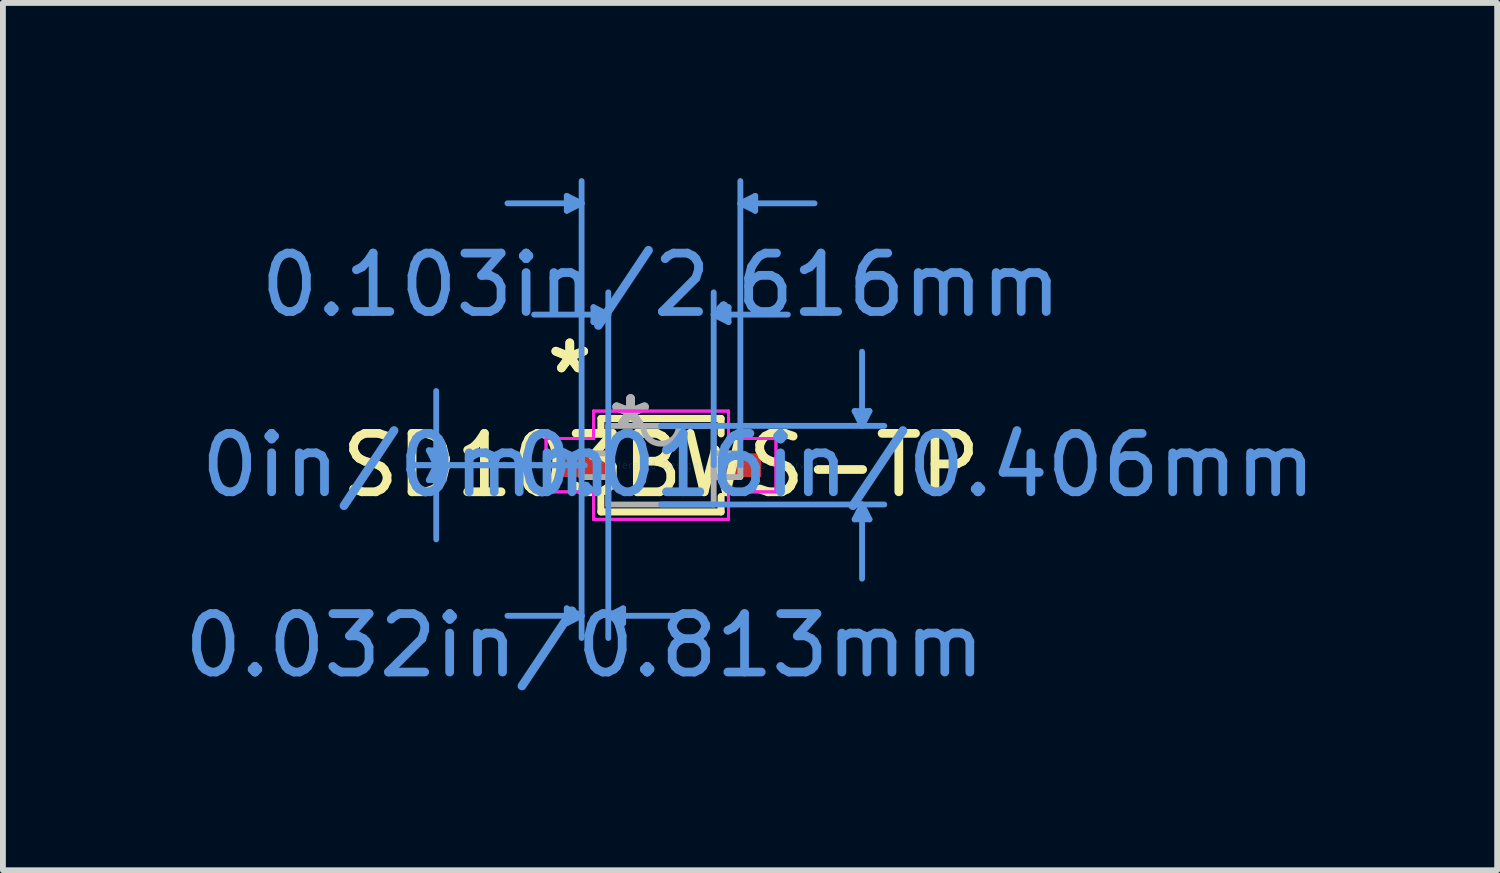
<source format=kicad_pcb>
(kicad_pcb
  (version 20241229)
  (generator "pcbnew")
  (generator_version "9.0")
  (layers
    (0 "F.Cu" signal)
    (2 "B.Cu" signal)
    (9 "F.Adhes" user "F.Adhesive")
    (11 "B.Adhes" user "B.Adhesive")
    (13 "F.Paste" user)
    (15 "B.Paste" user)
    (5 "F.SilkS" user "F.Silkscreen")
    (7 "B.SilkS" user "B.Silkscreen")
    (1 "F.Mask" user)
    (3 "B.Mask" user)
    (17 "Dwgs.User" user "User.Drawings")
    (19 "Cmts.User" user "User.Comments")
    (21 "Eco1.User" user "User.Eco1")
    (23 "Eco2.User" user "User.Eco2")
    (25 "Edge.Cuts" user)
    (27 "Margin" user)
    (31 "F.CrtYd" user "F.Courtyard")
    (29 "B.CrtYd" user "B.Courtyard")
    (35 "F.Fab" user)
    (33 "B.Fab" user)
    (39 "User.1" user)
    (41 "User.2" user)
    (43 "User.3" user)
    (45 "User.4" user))
  (footprint "SD103BWS-TP"
    (layer "F.Cu")
    (at 8.266 4.914)
    (property "Reference" "SD103BWS-TP" (at 0 0 0) (layer "F.SilkS") (effects (font (size 1 1) (thickness 0.15))))
    (attr through_hole)
    (fp_line (start -1.029 -0.8) (end -1.029 -0.536) (stroke (width 0.12) (type solid)) (layer "F.SilkS"))
    (fp_line (start -1.029 0.536) (end -1.029 0.8) (stroke (width 0.12) (type solid)) (layer "F.SilkS"))
    (fp_line (start -1.029 0.8) (end 1.029 0.8) (stroke (width 0.12) (type solid)) (layer "F.SilkS"))
    (fp_line (start 1.029 -0.8) (end -1.029 -0.8) (stroke (width 0.12) (type solid)) (layer "F.SilkS"))
    (fp_line (start 1.029 -0.536) (end 1.029 -0.8) (stroke (width 0.12) (type solid)) (layer "F.SilkS"))
    (fp_line (start 1.029 0.8) (end 1.029 0.536) (stroke (width 0.12) (type solid)) (layer "F.SilkS"))
    (fp_line (start -3.975 -0.254) (end -3.721 -0.254) (stroke (width 0.1) (type solid)) (layer "Cmts.User"))
    (fp_line (start -3.975 0.254) (end -3.721 0.254) (stroke (width 0.1) (type solid)) (layer "Cmts.User"))
    (fp_line (start -3.848 0) (end -3.975 -0.254) (stroke (width 0.1) (type solid)) (layer "Cmts.User"))
    (fp_line (start -3.848 0) (end -3.975 0.254) (stroke (width 0.1) (type solid)) (layer "Cmts.User"))
    (fp_line (start -3.848 0) (end -3.848 -1.27) (stroke (width 0.1) (type solid)) (layer "Cmts.User"))
    (fp_line (start -3.848 0) (end -3.848 1.27) (stroke (width 0.1) (type solid)) (layer "Cmts.User"))
    (fp_line (start -3.848 0) (end -3.721 -0.254) (stroke (width 0.1) (type solid)) (layer "Cmts.User"))
    (fp_line (start -3.848 0) (end -3.721 0.254) (stroke (width 0.1) (type solid)) (layer "Cmts.User"))
    (fp_line (start -1.613 -4.61) (end -1.613 -4.356) (stroke (width 0.1) (type solid)) (layer "Cmts.User"))
    (fp_line (start -1.613 2.451) (end -1.613 2.705) (stroke (width 0.1) (type solid)) (layer "Cmts.User"))
    (fp_line (start -1.359 -4.483) (end -2.629 -4.483) (stroke (width 0.1) (type solid)) (layer "Cmts.User"))
    (fp_line (start -1.359 -4.483) (end -1.613 -4.61) (stroke (width 0.1) (type solid)) (layer "Cmts.User"))
    (fp_line (start -1.359 -4.483) (end -1.613 -4.356) (stroke (width 0.1) (type solid)) (layer "Cmts.User"))
    (fp_line (start -1.359 0) (end -1.359 -4.864) (stroke (width 0.1) (type solid)) (layer "Cmts.User"))
    (fp_line (start -1.359 0) (end -1.359 2.959) (stroke (width 0.1) (type solid)) (layer "Cmts.User"))
    (fp_line (start -1.359 2.578) (end -2.629 2.578) (stroke (width 0.1) (type solid)) (layer "Cmts.User"))
    (fp_line (start -1.359 2.578) (end -1.613 2.451) (stroke (width 0.1) (type solid)) (layer "Cmts.User"))
    (fp_line (start -1.359 2.578) (end -1.613 2.705) (stroke (width 0.1) (type solid)) (layer "Cmts.User"))
    (fp_line (start -1.308 0) (end -4.229 0) (stroke (width 0.1) (type solid)) (layer "Cmts.User"))
    (fp_line (start -1.308 0) (end -4.229 0) (stroke (width 0.1) (type solid)) (layer "Cmts.User"))
    (fp_line (start -1.156 -2.705) (end -1.156 -2.451) (stroke (width 0.1) (type solid)) (layer "Cmts.User"))
    (fp_line (start -0.902 -2.578) (end -2.172 -2.578) (stroke (width 0.1) (type solid)) (layer "Cmts.User"))
    (fp_line (start -0.902 -2.578) (end -1.156 -2.705) (stroke (width 0.1) (type solid)) (layer "Cmts.User"))
    (fp_line (start -0.902 -2.578) (end -1.156 -2.451) (stroke (width 0.1) (type solid)) (layer "Cmts.User"))
    (fp_line (start -0.902 0) (end -0.902 -2.959) (stroke (width 0.1) (type solid)) (layer "Cmts.User"))
    (fp_line (start -0.902 0) (end -0.902 2.959) (stroke (width 0.1) (type solid)) (layer "Cmts.User"))
    (fp_line (start -0.902 2.578) (end -0.648 2.451) (stroke (width 0.1) (type solid)) (layer "Cmts.User"))
    (fp_line (start -0.902 2.578) (end -0.648 2.705) (stroke (width 0.1) (type solid)) (layer "Cmts.User"))
    (fp_line (start -0.902 2.578) (end 0.368 2.578) (stroke (width 0.1) (type solid)) (layer "Cmts.User"))
    (fp_line (start -0.648 2.451) (end -0.648 2.705) (stroke (width 0.1) (type solid)) (layer "Cmts.User"))
    (fp_line (start 0 -0.673) (end 3.823 -0.673) (stroke (width 0.1) (type solid)) (layer "Cmts.User"))
    (fp_line (start 0 0.673) (end 3.823 0.673) (stroke (width 0.1) (type solid)) (layer "Cmts.User"))
    (fp_line (start 0.902 -2.578) (end 1.156 -2.705) (stroke (width 0.1) (type solid)) (layer "Cmts.User"))
    (fp_line (start 0.902 -2.578) (end 1.156 -2.451) (stroke (width 0.1) (type solid)) (layer "Cmts.User"))
    (fp_line (start 0.902 -2.578) (end 2.172 -2.578) (stroke (width 0.1) (type solid)) (layer "Cmts.User"))
    (fp_line (start 0.902 0) (end 0.902 -2.959) (stroke (width 0.1) (type solid)) (layer "Cmts.User"))
    (fp_line (start 1.156 -2.705) (end 1.156 -2.451) (stroke (width 0.1) (type solid)) (layer "Cmts.User"))
    (fp_line (start 1.359 -4.483) (end 1.613 -4.61) (stroke (width 0.1) (type solid)) (layer "Cmts.User"))
    (fp_line (start 1.359 -4.483) (end 1.613 -4.356) (stroke (width 0.1) (type solid)) (layer "Cmts.User"))
    (fp_line (start 1.359 -4.483) (end 2.629 -4.483) (stroke (width 0.1) (type solid)) (layer "Cmts.User"))
    (fp_line (start 1.359 0) (end 1.359 -4.864) (stroke (width 0.1) (type solid)) (layer "Cmts.User"))
    (fp_line (start 1.613 -4.61) (end 1.613 -4.356) (stroke (width 0.1) (type solid)) (layer "Cmts.User"))
    (fp_line (start 3.315 -0.927) (end 3.569 -0.927) (stroke (width 0.1) (type solid)) (layer "Cmts.User"))
    (fp_line (start 3.315 0.927) (end 3.569 0.927) (stroke (width 0.1) (type solid)) (layer "Cmts.User"))
    (fp_line (start 3.442 -0.673) (end 3.315 -0.927) (stroke (width 0.1) (type solid)) (layer "Cmts.User"))
    (fp_line (start 3.442 -0.673) (end 3.442 -1.943) (stroke (width 0.1) (type solid)) (layer "Cmts.User"))
    (fp_line (start 3.442 -0.673) (end 3.569 -0.927) (stroke (width 0.1) (type solid)) (layer "Cmts.User"))
    (fp_line (start 3.442 0.673) (end 3.315 0.927) (stroke (width 0.1) (type solid)) (layer "Cmts.User"))
    (fp_line (start 3.442 0.673) (end 3.442 1.943) (stroke (width 0.1) (type solid)) (layer "Cmts.User"))
    (fp_line (start 3.442 0.673) (end 3.569 0.927) (stroke (width 0.1) (type solid)) (layer "Cmts.User"))
    (fp_line (start -1.968 -0.457) (end -1.156 -0.457) (stroke (width 0.05) (type solid)) (layer "F.CrtYd"))
    (fp_line (start -1.968 -0.457) (end -1.156 -0.457) (stroke (width 0.05) (type solid)) (layer "F.CrtYd"))
    (fp_line (start -1.968 0.457) (end -1.968 -0.457) (stroke (width 0.05) (type solid)) (layer "F.CrtYd"))
    (fp_line (start -1.968 0.457) (end -1.968 -0.457) (stroke (width 0.05) (type solid)) (layer "F.CrtYd"))
    (fp_line (start -1.968 0.457) (end -1.156 0.457) (stroke (width 0.05) (type solid)) (layer "F.CrtYd"))
    (fp_line (start -1.156 -0.927) (end 1.156 -0.927) (stroke (width 0.05) (type solid)) (layer "F.CrtYd"))
    (fp_line (start -1.156 -0.927) (end 1.156 -0.927) (stroke (width 0.05) (type solid)) (layer "F.CrtYd"))
    (fp_line (start -1.156 -0.457) (end -1.156 -0.927) (stroke (width 0.05) (type solid)) (layer "F.CrtYd"))
    (fp_line (start -1.156 -0.457) (end -1.156 -0.927) (stroke (width 0.05) (type solid)) (layer "F.CrtYd"))
    (fp_line (start -1.156 0.457) (end -1.968 0.457) (stroke (width 0.05) (type solid)) (layer "F.CrtYd"))
    (fp_line (start -1.156 0.927) (end -1.156 0.457) (stroke (width 0.05) (type solid)) (layer "F.CrtYd"))
    (fp_line (start -1.156 0.927) (end -1.156 0.457) (stroke (width 0.05) (type solid)) (layer "F.CrtYd"))
    (fp_line (start 1.156 -0.927) (end 1.156 -0.457) (stroke (width 0.05) (type solid)) (layer "F.CrtYd"))
    (fp_line (start 1.156 -0.927) (end 1.156 -0.457) (stroke (width 0.05) (type solid)) (layer "F.CrtYd"))
    (fp_line (start 1.156 -0.457) (end 1.968 -0.457) (stroke (width 0.05) (type solid)) (layer "F.CrtYd"))
    (fp_line (start 1.156 0.457) (end 1.156 0.927) (stroke (width 0.05) (type solid)) (layer "F.CrtYd"))
    (fp_line (start 1.156 0.457) (end 1.156 0.927) (stroke (width 0.05) (type solid)) (layer "F.CrtYd"))
    (fp_line (start 1.156 0.927) (end -1.156 0.927) (stroke (width 0.05) (type solid)) (layer "F.CrtYd"))
    (fp_line (start 1.156 0.927) (end -1.156 0.927) (stroke (width 0.05) (type solid)) (layer "F.CrtYd"))
    (fp_line (start 1.968 -0.457) (end 1.156 -0.457) (stroke (width 0.05) (type solid)) (layer "F.CrtYd"))
    (fp_line (start 1.968 -0.457) (end 1.968 0.457) (stroke (width 0.05) (type solid)) (layer "F.CrtYd"))
    (fp_line (start 1.968 -0.457) (end 1.968 0.457) (stroke (width 0.05) (type solid)) (layer "F.CrtYd"))
    (fp_line (start 1.968 0.457) (end 1.156 0.457) (stroke (width 0.05) (type solid)) (layer "F.CrtYd"))
    (fp_line (start 1.968 0.457) (end 1.156 0.457) (stroke (width 0.05) (type solid)) (layer "F.CrtYd"))
    (fp_line (start -1.359 -0.203) (end -1.359 0.203) (stroke (width 0.1) (type solid)) (layer "F.Fab"))
    (fp_line (start -1.359 0.203) (end -0.902 0.203) (stroke (width 0.1) (type solid)) (layer "F.Fab"))
    (fp_line (start -0.902 -0.673) (end -0.902 0.673) (stroke (width 0.1) (type solid)) (layer "F.Fab"))
    (fp_line (start -0.902 -0.203) (end -1.359 -0.203) (stroke (width 0.1) (type solid)) (layer "F.Fab"))
    (fp_line (start -0.902 0.203) (end -0.902 -0.203) (stroke (width 0.1) (type solid)) (layer "F.Fab"))
    (fp_line (start -0.902 0.673) (end 0.902 0.673) (stroke (width 0.1) (type solid)) (layer "F.Fab"))
    (fp_line (start 0.902 -0.673) (end -0.902 -0.673) (stroke (width 0.1) (type solid)) (layer "F.Fab"))
    (fp_line (start 0.902 -0.203) (end 0.902 0.203) (stroke (width 0.1) (type solid)) (layer "F.Fab"))
    (fp_line (start 0.902 0.203) (end 1.359 0.203) (stroke (width 0.1) (type solid)) (layer "F.Fab"))
    (fp_line (start 0.902 0.673) (end 0.902 -0.673) (stroke (width 0.1) (type solid)) (layer "F.Fab"))
    (fp_line (start 1.359 -0.203) (end 0.902 -0.203) (stroke (width 0.1) (type solid)) (layer "F.Fab"))
    (fp_line (start 1.359 0.203) (end 1.359 -0.203) (stroke (width 0.1) (type solid)) (layer "F.Fab"))
    (fp_arc (start 0.3048 -0.6731) (mid 0 -0.3683) (end -0.3048 -0.6731) (stroke (width 0.1) (type solid)) (layer "F.Fab"))
    (fp_text user "*" (at -1.562 -1.549 0) (layer "F.SilkS") (effects (font (size 1 1) (thickness 0.15))))
    (fp_text user "*" (at -1.562 -1.549 0) (layer "F.SilkS") (effects (font (size 1 1) (thickness 0.15))))
    (fp_text user "0in/0mm" (at -4.356 0 0) (layer "Cmts.User") (effects (font (size 1 1) (thickness 0.15))))
    (fp_text user "0.016in/0.406mm" (at 4.356 0 0) (layer "Cmts.User") (effects (font (size 1 1) (thickness 0.15))))
    (fp_text user "0.032in/0.813mm" (at -1.308 3.086 0) (layer "Cmts.User") (effects (font (size 1 1) (thickness 0.15))))
    (fp_text user "Copyright 2021 Accelerated Designs. All rights reserved." (at 0 0 0) (layer "Cmts.User") (effects (font (size 0.127 0.127) (thickness 0.002))))
    (fp_text user "0.103in/2.616mm" (at 0 -3.086 0) (layer "Cmts.User") (effects (font (size 1 1) (thickness 0.15))))
    (fp_text user "*" (at -0.521 -0.597 0) (layer "F.Fab") (effects (font (size 1 1) (thickness 0.15))))
    (fp_text user "*" (at -0.521 -0.597 0) (layer "F.Fab") (effects (font (size 1 1) (thickness 0.15))))
    (pad "1" smd rect (at -1.308 0) (size 0.813 0.406) (layers "F.Cu" "F.Mask" "F.Paste"))
    (pad "2" smd rect (at 1.308 0) (size 0.813 0.406) (layers "F.Cu" "F.Mask" "F.Paste")))
  (gr_rect
    (start -3 -3)
    (end 22.581 11.848)
    (stroke (width 0.1) (type default))
    (fill no)
    (layer "Edge.Cuts")))
</source>
